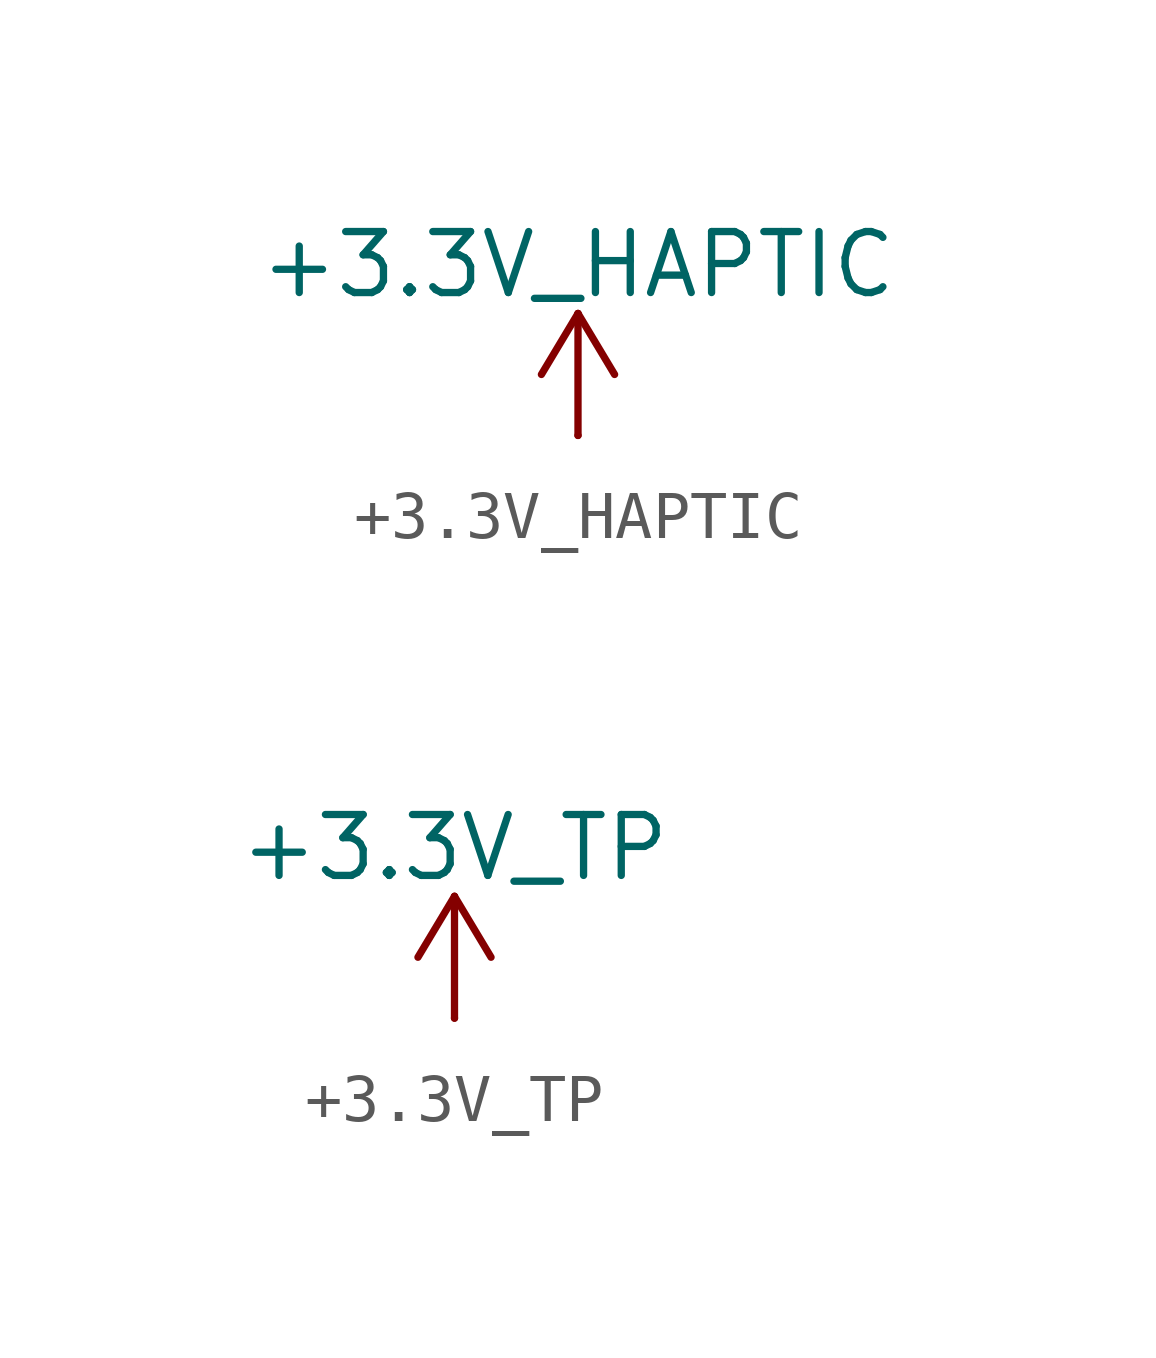
<source format=kicad_sym>
(kicad_symbol_lib
  (version 20231120)
  (generator "kicad_symbol_editor")
  (generator_version "8.0")
  (symbol "+3.3V_HAPTIC"
    (power)
    (pin_numbers hide)
    (pin_names
      (offset 0) hide)
    (property "Reference" "#PWR"
      (at 0 -3.81 0)
      (effects (font (size 1.27 1.27)) (hide yes)))
    (property "Value" "+3.3V_HAPTIC"
      (at 0 3.556 0)
      (effects (font (size 1.27 1.27))))
    (symbol "+3.3V_HAPTIC_0_1"
      (polyline (pts (xy -0.762 1.27) (xy 0 2.54)) (stroke (width 0) (type default)) (fill (type none)))
      (polyline (pts (xy 0 0) (xy 0 2.54)) (stroke (width 0) (type default)) (fill (type none)))
      (polyline (pts (xy 0 2.54) (xy 0.762 1.27)) (stroke (width 0) (type default)) (fill (type none))))
    (symbol "+3.3V_HAPTIC_1_1"
      (pin power_in line (at 0 0 90) (length 0) (name "~" (effects (font (size 1.27 1.27)))) (number "1" (effects (font (size 1.27 1.27)))))))
  (symbol "+3.3V_TP"
    (power)
    (pin_numbers hide)
    (pin_names
      (offset 0) hide)
    (property "Reference" "#PWR"
      (at 0 -3.81 0)
      (effects (font (size 1.27 1.27)) (hide yes)))
    (property "Value" "+3.3V_TP"
      (at 0 3.556 0)
      (effects (font (size 1.27 1.27))))
    (symbol "+3.3V_TP_0_1"
      (polyline (pts (xy -0.762 1.27) (xy 0 2.54)) (stroke (width 0) (type default)) (fill (type none)))
      (polyline (pts (xy 0 0) (xy 0 2.54)) (stroke (width 0) (type default)) (fill (type none)))
      (polyline (pts (xy 0 2.54) (xy 0.762 1.27)) (stroke (width 0) (type default)) (fill (type none))))
    (symbol "+3.3V_TP_1_1"
      (pin power_in line (at 0 0 90) (length 0) (name "~" (effects (font (size 1.27 1.27)))) (number "1" (effects (font (size 1.27 1.27))))))))
</source>
